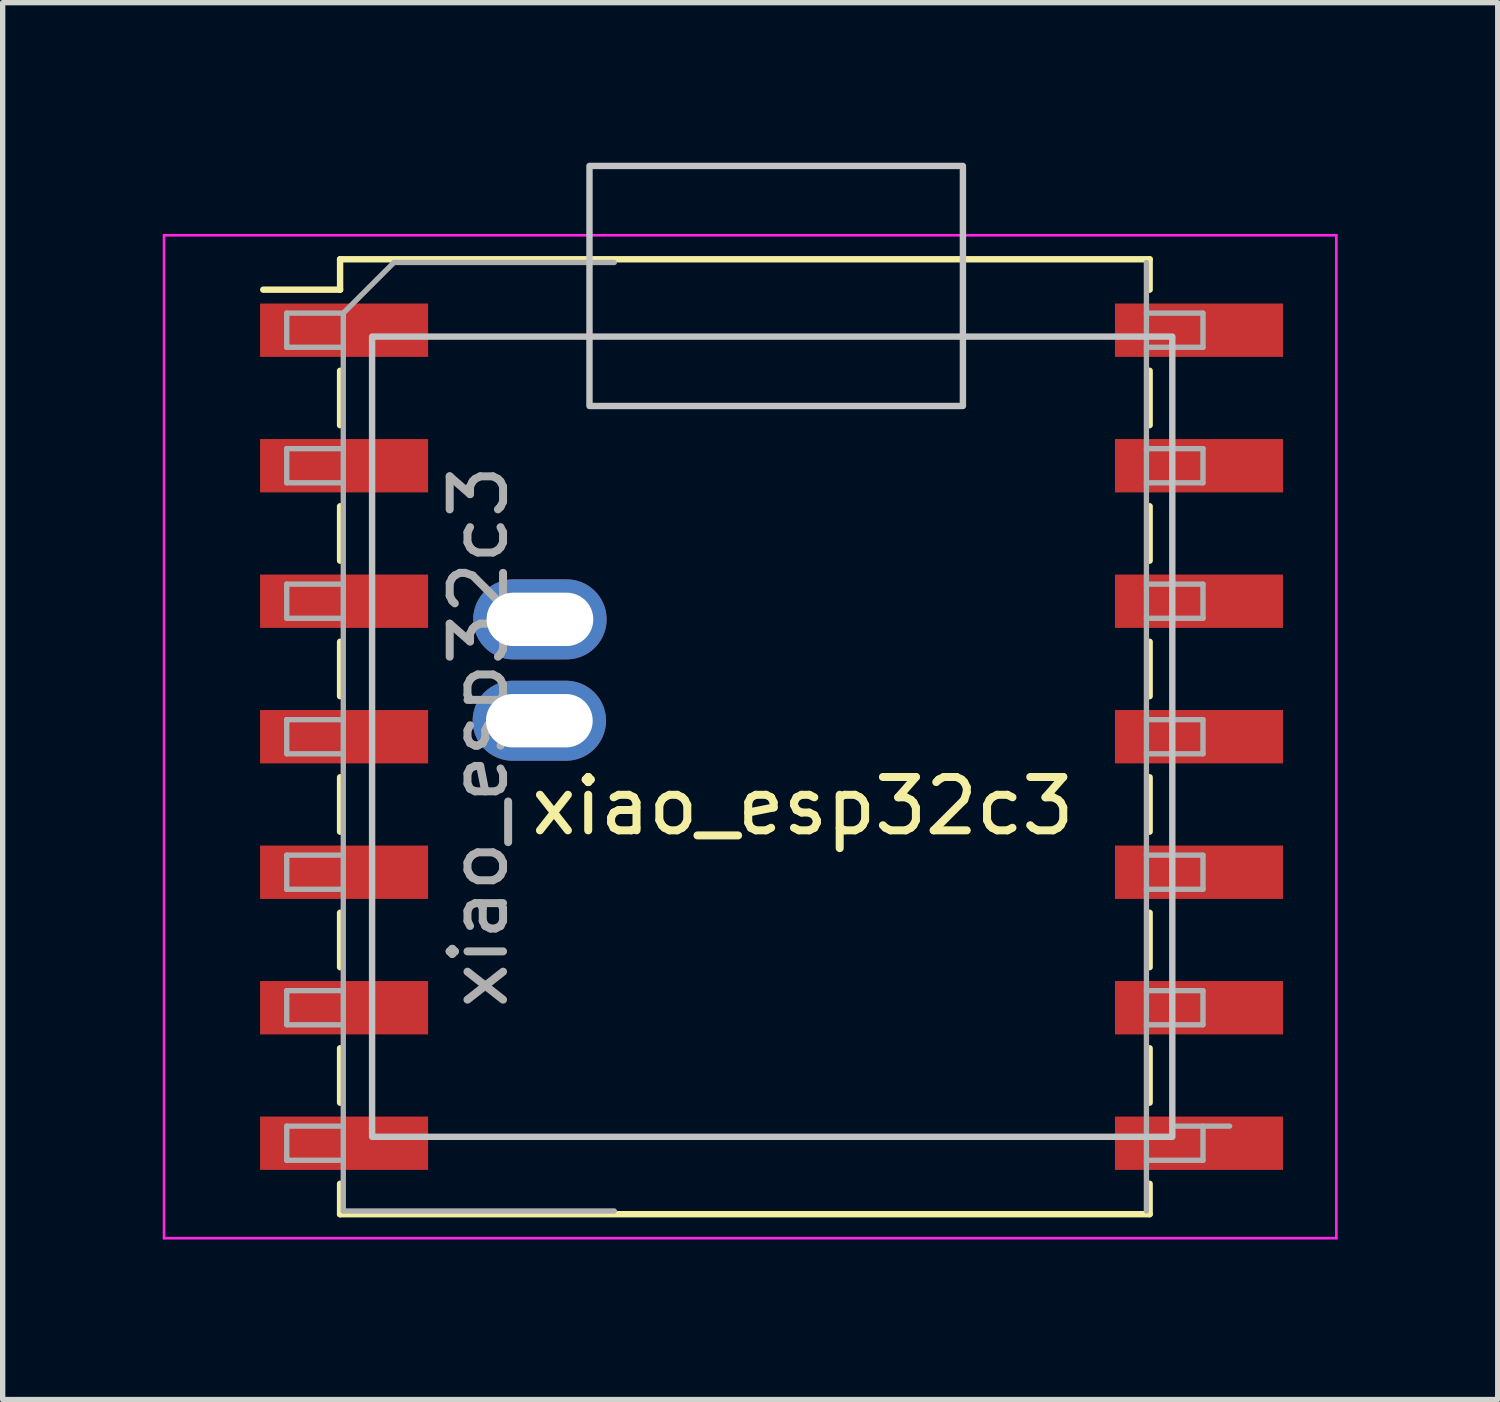
<source format=kicad_pcb>
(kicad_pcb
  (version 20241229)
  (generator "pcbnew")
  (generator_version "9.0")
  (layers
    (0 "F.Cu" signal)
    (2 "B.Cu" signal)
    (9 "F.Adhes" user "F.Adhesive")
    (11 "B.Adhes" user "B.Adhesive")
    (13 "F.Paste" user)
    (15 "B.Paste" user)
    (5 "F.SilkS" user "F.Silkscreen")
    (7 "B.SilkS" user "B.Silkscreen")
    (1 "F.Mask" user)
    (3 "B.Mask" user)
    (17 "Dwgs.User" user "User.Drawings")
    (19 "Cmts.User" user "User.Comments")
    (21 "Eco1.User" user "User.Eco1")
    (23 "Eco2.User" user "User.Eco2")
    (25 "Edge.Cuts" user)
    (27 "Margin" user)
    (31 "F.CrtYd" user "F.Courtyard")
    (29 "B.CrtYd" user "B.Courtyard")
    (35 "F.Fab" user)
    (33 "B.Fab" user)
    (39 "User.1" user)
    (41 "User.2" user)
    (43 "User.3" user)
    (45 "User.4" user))
  (footprint "xiao_esp32c3"
    (layer "F.Cu")
    (at 12 12.56)
    (property "Reference" "xiao_esp32c3" (at 0 -0.5 0) (unlocked yes) (layer "F.SilkS") (effects (font (size 1 1) (thickness 0.15))))
    (attr smd)
    (fp_line (start -10.115 -10.18) (end -8.675 -10.18) (stroke (width 0.12) (type solid)) (layer "F.SilkS"))
    (fp_line (start -8.675 -10.75) (end -8.675 -10.18) (stroke (width 0.12) (type solid)) (layer "F.SilkS"))
    (fp_line (start -8.675 -10.75) (end 6.5 -10.75) (stroke (width 0.12) (type solid)) (layer "F.SilkS"))
    (fp_line (start -8.675 -8.66) (end -8.675 -7.64) (stroke (width 0.12) (type solid)) (layer "F.SilkS"))
    (fp_line (start -8.675 -6.12) (end -8.675 -5.1) (stroke (width 0.12) (type solid)) (layer "F.SilkS"))
    (fp_line (start -8.675 -3.58) (end -8.675 -2.56) (stroke (width 0.12) (type solid)) (layer "F.SilkS"))
    (fp_line (start -8.675 -1.04) (end -8.675 -0.02) (stroke (width 0.12) (type solid)) (layer "F.SilkS"))
    (fp_line (start -8.675 1.5) (end -8.675 2.52) (stroke (width 0.12) (type solid)) (layer "F.SilkS"))
    (fp_line (start -8.675 4.04) (end -8.675 5.06) (stroke (width 0.12) (type solid)) (layer "F.SilkS"))
    (fp_line (start -8.675 6.58) (end -8.675 7.15) (stroke (width 0.12) (type solid)) (layer "F.SilkS"))
    (fp_line (start -8.675 7.15) (end 6.5 7.15) (stroke (width 0.12) (type solid)) (layer "F.SilkS"))
    (fp_line (start 6.5 -10.75) (end 6.5 -10.18) (stroke (width 0.12) (type solid)) (layer "F.SilkS"))
    (fp_line (start 6.5 -8.66) (end 6.5 -7.64) (stroke (width 0.12) (type solid)) (layer "F.SilkS"))
    (fp_line (start 6.5 -6.12) (end 6.5 -5.1) (stroke (width 0.12) (type solid)) (layer "F.SilkS"))
    (fp_line (start 6.5 -3.58) (end 6.5 -2.56) (stroke (width 0.12) (type solid)) (layer "F.SilkS"))
    (fp_line (start 6.5 -1.04) (end 6.5 -0.02) (stroke (width 0.12) (type solid)) (layer "F.SilkS"))
    (fp_line (start 6.5 1.5) (end 6.5 2.52) (stroke (width 0.12) (type solid)) (layer "F.SilkS"))
    (fp_line (start 6.5 4.04) (end 6.5 5.06) (stroke (width 0.12) (type solid)) (layer "F.SilkS"))
    (fp_line (start 6.5 6.58) (end 6.5 7.15) (stroke (width 0.12) (type solid)) (layer "F.SilkS"))
    (fp_rect (start -8.075 -9.3) (end 6.925 5.7) (stroke (width 0.12) (type solid)) (fill no) (layer "Dwgs.User"))
    (fp_rect (start -4 -12.5) (end 3 -8) (stroke (width 0.12) (type solid)) (fill no) (layer "Dwgs.User"))
    (fp_line (start -11.975 -11.2) (end -11.975 7.6) (stroke (width 0.05) (type solid)) (layer "F.CrtYd"))
    (fp_line (start -11.975 7.6) (end 10 7.6) (stroke (width 0.05) (type solid)) (layer "F.CrtYd"))
    (fp_line (start 10 -11.2) (end -11.975 -11.2) (stroke (width 0.05) (type solid)) (layer "F.CrtYd"))
    (fp_line (start 10 7.6) (end 10 -11.2) (stroke (width 0.05) (type solid)) (layer "F.CrtYd"))
    (fp_line (start -9.675 -9.74) (end -9.675 -9.1) (stroke (width 0.1) (type solid)) (layer "F.Fab"))
    (fp_line (start -9.675 -9.1) (end -8.615 -9.1) (stroke (width 0.1) (type solid)) (layer "F.Fab"))
    (fp_line (start -9.675 -7.2) (end -9.675 -6.56) (stroke (width 0.1) (type solid)) (layer "F.Fab"))
    (fp_line (start -9.675 -6.56) (end -8.615 -6.56) (stroke (width 0.1) (type solid)) (layer "F.Fab"))
    (fp_line (start -9.675 -4.66) (end -9.675 -4.02) (stroke (width 0.1) (type solid)) (layer "F.Fab"))
    (fp_line (start -9.675 -4.02) (end -8.615 -4.02) (stroke (width 0.1) (type solid)) (layer "F.Fab"))
    (fp_line (start -9.675 -2.12) (end -9.675 -1.48) (stroke (width 0.1) (type solid)) (layer "F.Fab"))
    (fp_line (start -9.675 -1.48) (end -8.615 -1.48) (stroke (width 0.1) (type solid)) (layer "F.Fab"))
    (fp_line (start -9.675 0.42) (end -9.675 1.06) (stroke (width 0.1) (type solid)) (layer "F.Fab"))
    (fp_line (start -9.675 1.06) (end -8.615 1.06) (stroke (width 0.1) (type solid)) (layer "F.Fab"))
    (fp_line (start -9.675 2.96) (end -9.675 3.6) (stroke (width 0.1) (type solid)) (layer "F.Fab"))
    (fp_line (start -9.675 3.6) (end -8.615 3.6) (stroke (width 0.1) (type solid)) (layer "F.Fab"))
    (fp_line (start -9.675 5.5) (end -9.675 6.14) (stroke (width 0.1) (type solid)) (layer "F.Fab"))
    (fp_line (start -9.675 6.14) (end -8.615 6.14) (stroke (width 0.1) (type solid)) (layer "F.Fab"))
    (fp_line (start -8.615 -9.74) (end -9.675 -9.74) (stroke (width 0.1) (type solid)) (layer "F.Fab"))
    (fp_line (start -8.615 -9.74) (end -7.665 -10.69) (stroke (width 0.1) (type solid)) (layer "F.Fab"))
    (fp_line (start -8.615 -7.2) (end -9.675 -7.2) (stroke (width 0.1) (type solid)) (layer "F.Fab"))
    (fp_line (start -8.615 -4.66) (end -9.675 -4.66) (stroke (width 0.1) (type solid)) (layer "F.Fab"))
    (fp_line (start -8.615 -2.12) (end -9.675 -2.12) (stroke (width 0.1) (type solid)) (layer "F.Fab"))
    (fp_line (start -8.615 0.42) (end -9.675 0.42) (stroke (width 0.1) (type solid)) (layer "F.Fab"))
    (fp_line (start -8.615 2.96) (end -9.675 2.96) (stroke (width 0.1) (type solid)) (layer "F.Fab"))
    (fp_line (start -8.615 5.5) (end -9.675 5.5) (stroke (width 0.1) (type solid)) (layer "F.Fab"))
    (fp_line (start -8.615 7.09) (end -8.615 -9.74) (stroke (width 0.1) (type solid)) (layer "F.Fab"))
    (fp_line (start -7.665 -10.69) (end -3.535 -10.69) (stroke (width 0.1) (type solid)) (layer "F.Fab"))
    (fp_line (start -3.535 7.09) (end -8.615 7.09) (stroke (width 0.1) (type solid)) (layer "F.Fab"))
    (fp_line (start 6.44 -10.69) (end 6.44 7.09) (stroke (width 0.1) (type solid)) (layer "F.Fab"))
    (fp_line (start 6.44 -9.74) (end 7.5 -9.74) (stroke (width 0.1) (type solid)) (layer "F.Fab"))
    (fp_line (start 6.44 -7.2) (end 7.5 -7.2) (stroke (width 0.1) (type solid)) (layer "F.Fab"))
    (fp_line (start 6.44 -4.66) (end 7.5 -4.66) (stroke (width 0.1) (type solid)) (layer "F.Fab"))
    (fp_line (start 6.44 -2.12) (end 7.5 -2.12) (stroke (width 0.1) (type solid)) (layer "F.Fab"))
    (fp_line (start 6.44 0.42) (end 7.5 0.42) (stroke (width 0.1) (type solid)) (layer "F.Fab"))
    (fp_line (start 6.44 2.96) (end 7.5 2.96) (stroke (width 0.1) (type solid)) (layer "F.Fab"))
    (fp_line (start 6.94 5.5) (end 8 5.5) (stroke (width 0.1) (type solid)) (layer "F.Fab"))
    (fp_line (start 7.5 -9.74) (end 7.5 -9.1) (stroke (width 0.1) (type solid)) (layer "F.Fab"))
    (fp_line (start 7.5 -9.1) (end 6.44 -9.1) (stroke (width 0.1) (type solid)) (layer "F.Fab"))
    (fp_line (start 7.5 -7.2) (end 7.5 -6.56) (stroke (width 0.1) (type solid)) (layer "F.Fab"))
    (fp_line (start 7.5 -6.56) (end 6.44 -6.56) (stroke (width 0.1) (type solid)) (layer "F.Fab"))
    (fp_line (start 7.5 -4.66) (end 7.5 -4.02) (stroke (width 0.1) (type solid)) (layer "F.Fab"))
    (fp_line (start 7.5 -4.02) (end 6.44 -4.02) (stroke (width 0.1) (type solid)) (layer "F.Fab"))
    (fp_line (start 7.5 -2.12) (end 7.5 -1.48) (stroke (width 0.1) (type solid)) (layer "F.Fab"))
    (fp_line (start 7.5 -1.48) (end 6.44 -1.48) (stroke (width 0.1) (type solid)) (layer "F.Fab"))
    (fp_line (start 7.5 0.42) (end 7.5 1.06) (stroke (width 0.1) (type solid)) (layer "F.Fab"))
    (fp_line (start 7.5 1.06) (end 6.44 1.06) (stroke (width 0.1) (type solid)) (layer "F.Fab"))
    (fp_line (start 7.5 2.96) (end 7.5 3.6) (stroke (width 0.1) (type solid)) (layer "F.Fab"))
    (fp_line (start 7.5 3.6) (end 6.44 3.6) (stroke (width 0.1) (type solid)) (layer "F.Fab"))
    (fp_line (start 7.5 5.5) (end 7.5 6.14) (stroke (width 0.1) (type solid)) (layer "F.Fab"))
    (fp_line (start 7.5 6.14) (end 6.44 6.14) (stroke (width 0.1) (type solid)) (layer "F.Fab"))
    (fp_text user "${REFERENCE}" (at -6.075 -1.8 270) (layer "F.Fab") (effects (font (size 1 1) (thickness 0.15))))
    (pad "1" smd rect (at -8.6 -9.42) (size 3.15 1) (layers "F.Cu" "F.Mask" "F.Paste"))
    (pad "2" smd rect (at -8.6 -6.88) (size 3.15 1) (layers "F.Cu" "F.Mask" "F.Paste"))
    (pad "3" smd rect (at -8.6 -4.34) (size 3.15 1) (layers "F.Cu" "F.Mask" "F.Paste"))
    (pad "4" smd rect (at -8.6 -1.8) (size 3.15 1) (layers "F.Cu" "F.Mask" "F.Paste"))
    (pad "5" smd rect (at -8.6 0.74) (size 3.15 1) (layers "F.Cu" "F.Mask" "F.Paste"))
    (pad "6" smd rect (at -8.6 3.28) (size 3.15 1) (layers "F.Cu" "F.Mask" "F.Paste"))
    (pad "7" smd rect (at -8.6 5.82) (size 3.15 1) (layers "F.Cu" "F.Mask" "F.Paste"))
    (pad "8" smd rect (at 7.425 5.82) (size 3.15 1) (layers "F.Cu" "F.Mask" "F.Paste"))
    (pad "9" smd rect (at 7.425 3.28) (size 3.15 1) (layers "F.Cu" "F.Mask" "F.Paste"))
    (pad "10" smd rect (at 7.425 0.74) (size 3.15 1) (layers "F.Cu" "F.Mask" "F.Paste"))
    (pad "11" smd rect (at 7.425 -1.8) (size 3.15 1) (layers "F.Cu" "F.Mask" "F.Paste"))
    (pad "12" smd rect (at 7.425 -4.34) (size 3.15 1) (layers "F.Cu" "F.Mask" "F.Paste"))
    (pad "13" smd rect (at 7.425 -6.88) (size 3.15 1) (layers "F.Cu" "F.Mask" "F.Paste"))
    (pad "14" smd rect (at 7.425 -9.42) (size 3.15 1) (layers "F.Cu" "F.Mask" "F.Paste"))
    (pad "B+" thru_hole oval (at -4.94 -2.1) (size 2.5 1.5) (drill oval 2 1) (layers "*.Cu" "*.Mask"))
    (pad "B-" thru_hole oval (at -4.929 -4) (size 2.5 1.5) (drill oval 2 1) (layers "*.Cu" "*.Mask")))
  (gr_rect
    (start -3 -3)
    (end 25.025 23.185)
    (stroke (width 0.1) (type default))
    (fill no)
    (layer "Edge.Cuts")))
</source>
